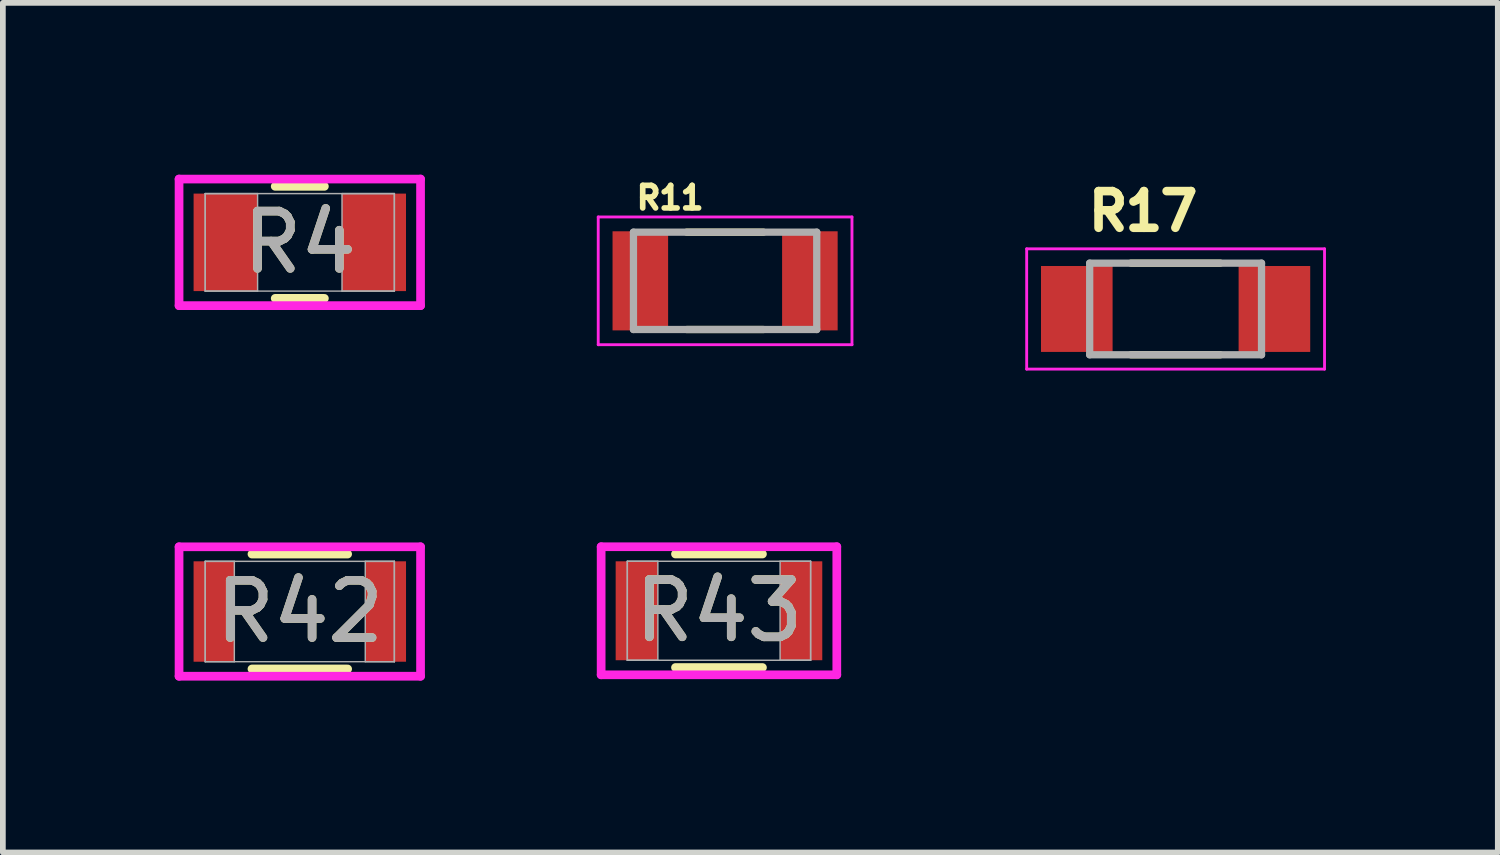
<source format=kicad_pcb>
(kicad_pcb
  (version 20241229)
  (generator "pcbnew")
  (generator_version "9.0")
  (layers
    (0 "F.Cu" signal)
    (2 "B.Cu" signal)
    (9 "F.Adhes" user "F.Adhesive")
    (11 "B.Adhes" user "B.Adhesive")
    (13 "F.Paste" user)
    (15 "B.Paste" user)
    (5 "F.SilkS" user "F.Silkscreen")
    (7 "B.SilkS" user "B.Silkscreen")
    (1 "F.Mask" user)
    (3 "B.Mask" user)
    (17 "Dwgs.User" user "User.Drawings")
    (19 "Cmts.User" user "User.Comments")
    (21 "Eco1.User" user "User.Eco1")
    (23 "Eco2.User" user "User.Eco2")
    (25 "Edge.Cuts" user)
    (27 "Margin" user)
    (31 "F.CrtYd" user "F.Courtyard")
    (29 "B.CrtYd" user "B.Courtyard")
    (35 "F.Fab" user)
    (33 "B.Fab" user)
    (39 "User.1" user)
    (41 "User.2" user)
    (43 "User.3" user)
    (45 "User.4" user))
  (footprint "R4"
    (layer "F.Cu")
    (at 2.184 1.181)
    (property "Reference" "R4" (at 0 0 0) (unlocked yes) (layer "F.SilkS") (effects (font (size 1 1) (thickness 0.15))))
    (attr smd)
    (fp_line (start -0.429 0.978) (end 0.429 0.978) (stroke (width 0.152) (type solid)) (layer "F.SilkS"))
    (fp_line (start 0.429 -0.978) (end -0.429 -0.978) (stroke (width 0.152) (type solid)) (layer "F.SilkS"))
    (fp_line (start -2.108 -1.105) (end 2.108 -1.105) (stroke (width 0.152) (type solid)) (layer "F.CrtYd"))
    (fp_line (start -2.108 1.105) (end -2.108 -1.105) (stroke (width 0.152) (type solid)) (layer "F.CrtYd"))
    (fp_line (start 2.108 -1.105) (end 2.108 1.105) (stroke (width 0.152) (type solid)) (layer "F.CrtYd"))
    (fp_line (start 2.108 1.105) (end -2.108 1.105) (stroke (width 0.152) (type solid)) (layer "F.CrtYd"))
    (fp_line (start -1.651 -0.851) (end -1.651 0.851) (stroke (width 0.025) (type solid)) (layer "F.Fab"))
    (fp_line (start -1.651 -0.851) (end -1.651 0.851) (stroke (width 0.025) (type solid)) (layer "F.Fab"))
    (fp_line (start -1.651 0.851) (end -0.737 0.851) (stroke (width 0.025) (type solid)) (layer "F.Fab"))
    (fp_line (start -1.651 0.851) (end 1.651 0.851) (stroke (width 0.025) (type solid)) (layer "F.Fab"))
    (fp_line (start -0.737 -0.851) (end -1.651 -0.851) (stroke (width 0.025) (type solid)) (layer "F.Fab"))
    (fp_line (start -0.737 0.851) (end -0.737 -0.851) (stroke (width 0.025) (type solid)) (layer "F.Fab"))
    (fp_line (start 0.737 -0.851) (end 0.737 0.851) (stroke (width 0.025) (type solid)) (layer "F.Fab"))
    (fp_line (start 0.737 0.851) (end 1.651 0.851) (stroke (width 0.025) (type solid)) (layer "F.Fab"))
    (fp_line (start 1.651 -0.851) (end -1.651 -0.851) (stroke (width 0.025) (type solid)) (layer "F.Fab"))
    (fp_line (start 1.651 -0.851) (end 0.737 -0.851) (stroke (width 0.025) (type solid)) (layer "F.Fab"))
    (fp_line (start 1.651 0.851) (end 1.651 -0.851) (stroke (width 0.025) (type solid)) (layer "F.Fab"))
    (fp_line (start 1.651 0.851) (end 1.651 -0.851) (stroke (width 0.025) (type solid)) (layer "F.Fab"))
    (fp_text user "${REFERENCE}" (at 0 0 0) (unlocked yes) (layer "F.Fab") (effects (font (size 1 1) (thickness 0.15))))
    (pad "1" smd rect (at -1.295 0) (size 1.118 1.702) (layers "F.Cu" "F.Mask" "F.Paste"))
    (pad "2" smd rect (at 1.295 0) (size 1.118 1.702) (layers "F.Cu" "F.Mask" "F.Paste"))
    (zone (net_name "") (layer "F.Cu") (hatch full 0.508) (connect_pads) (min_thickness 0.254) (filled_areas_thickness no) (keepout (tracks not_allowed) (vias not_allowed) (pads allowed) (copperpour not_allowed) (footprints allowed)) (placement (enabled no)) (fill) (polygon (pts (xy 1.499 0.381) (xy 2.87 0.381) (xy 2.87 1.981) (xy 1.499 1.981)))))
  (footprint "R17"
    (layer "F.Cu")
    (at 17.474 2.344)
    (property "Reference" "R17" (at -0.568 -1.706 0) (layer "F.SilkS") (effects (font (size 0.64 0.64) (thickness 0.15))))
    (attr smd)
    (fp_line (start -0.78 -0.8) (end 0.78 -0.8) (stroke (width 0.127) (type solid)) (layer "F.SilkS"))
    (fp_line (start -0.78 0.8) (end 0.78 0.8) (stroke (width 0.127) (type solid)) (layer "F.SilkS"))
    (fp_line (start -2.6 -1.05) (end -2.6 1.05) (stroke (width 0.05) (type solid)) (layer "F.CrtYd"))
    (fp_line (start -2.6 1.05) (end 2.6 1.05) (stroke (width 0.05) (type solid)) (layer "F.CrtYd"))
    (fp_line (start 2.6 -1.05) (end -2.6 -1.05) (stroke (width 0.05) (type solid)) (layer "F.CrtYd"))
    (fp_line (start 2.6 1.05) (end 2.6 -1.05) (stroke (width 0.05) (type solid)) (layer "F.CrtYd"))
    (fp_line (start -1.5 -0.8) (end -1.5 0.8) (stroke (width 0.127) (type solid)) (layer "F.Fab"))
    (fp_line (start -1.5 -0.8) (end 1.5 -0.8) (stroke (width 0.127) (type solid)) (layer "F.Fab"))
    (fp_line (start -1.5 0.8) (end 1.5 0.8) (stroke (width 0.127) (type solid)) (layer "F.Fab"))
    (fp_line (start 1.5 -0.8) (end 1.5 0.8) (stroke (width 0.127) (type solid)) (layer "F.Fab"))
    (pad "1" smd rect (at -1.725 0) (size 1.25 1.5) (layers "F.Cu" "F.Mask" "F.Paste"))
    (pad "2" smd rect (at 1.725 0) (size 1.25 1.5) (layers "F.Cu" "F.Mask" "F.Paste")))
  (footprint "R42"
    (layer "F.Cu")
    (at 2.184 7.626)
    (property "Reference" "R42" (at 0 0 0) (unlocked yes) (layer "F.SilkS") (effects (font (size 1 1) (thickness 0.15))))
    (attr smd)
    (fp_line (start -0.835 1.003) (end 0.835 1.003) (stroke (width 0.152) (type solid)) (layer "F.SilkS"))
    (fp_line (start 0.835 -1.003) (end -0.835 -1.003) (stroke (width 0.152) (type solid)) (layer "F.SilkS"))
    (fp_line (start -2.108 -1.13) (end 2.108 -1.13) (stroke (width 0.152) (type solid)) (layer "F.CrtYd"))
    (fp_line (start -2.108 1.13) (end -2.108 -1.13) (stroke (width 0.152) (type solid)) (layer "F.CrtYd"))
    (fp_line (start 2.108 -1.13) (end 2.108 1.13) (stroke (width 0.152) (type solid)) (layer "F.CrtYd"))
    (fp_line (start 2.108 1.13) (end -2.108 1.13) (stroke (width 0.152) (type solid)) (layer "F.CrtYd"))
    (fp_line (start -1.651 -0.876) (end -1.651 0.876) (stroke (width 0.025) (type solid)) (layer "F.Fab"))
    (fp_line (start -1.651 -0.876) (end -1.651 0.876) (stroke (width 0.025) (type solid)) (layer "F.Fab"))
    (fp_line (start -1.651 0.876) (end -1.143 0.876) (stroke (width 0.025) (type solid)) (layer "F.Fab"))
    (fp_line (start -1.651 0.876) (end 1.651 0.876) (stroke (width 0.025) (type solid)) (layer "F.Fab"))
    (fp_line (start -1.143 -0.876) (end -1.651 -0.876) (stroke (width 0.025) (type solid)) (layer "F.Fab"))
    (fp_line (start -1.143 0.876) (end -1.143 -0.876) (stroke (width 0.025) (type solid)) (layer "F.Fab"))
    (fp_line (start 1.143 -0.876) (end 1.143 0.876) (stroke (width 0.025) (type solid)) (layer "F.Fab"))
    (fp_line (start 1.143 0.876) (end 1.651 0.876) (stroke (width 0.025) (type solid)) (layer "F.Fab"))
    (fp_line (start 1.651 -0.876) (end -1.651 -0.876) (stroke (width 0.025) (type solid)) (layer "F.Fab"))
    (fp_line (start 1.651 -0.876) (end 1.143 -0.876) (stroke (width 0.025) (type solid)) (layer "F.Fab"))
    (fp_line (start 1.651 0.876) (end 1.651 -0.876) (stroke (width 0.025) (type solid)) (layer "F.Fab"))
    (fp_line (start 1.651 0.876) (end 1.651 -0.876) (stroke (width 0.025) (type solid)) (layer "F.Fab"))
    (fp_text user "${REFERENCE}" (at 0 0 0) (unlocked yes) (layer "F.Fab") (effects (font (size 1 1) (thickness 0.15))))
    (pad "1" smd rect (at -1.499 0) (size 0.711 1.753) (layers "F.Cu" "F.Mask" "F.Paste"))
    (pad "2" smd rect (at 1.499 0) (size 0.711 1.753) (layers "F.Cu" "F.Mask" "F.Paste"))
    (zone (net_name "") (layer "F.Cu") (hatch full 0.508) (connect_pads) (min_thickness 0.254) (filled_areas_thickness no) (keepout (tracks not_allowed) (vias not_allowed) (pads allowed) (copperpour not_allowed) (footprints allowed)) (placement (enabled no)) (fill) (polygon (pts (xy 1.092 6.8) (xy 3.277 6.8) (xy 3.277 8.451) (xy 1.092 8.451)))))
  (footprint "R11"
    (layer "F.Cu")
    (at 9.609 1.853)
    (property "Reference" "R11" (at -0.96 -1.45 0) (layer "F.SilkS") (effects (font (size 0.394 0.394) (thickness 0.15))))
    (attr smd)
    (fp_line (start -0.67 -0.85) (end 0.67 -0.85) (stroke (width 0.127) (type solid)) (layer "F.SilkS"))
    (fp_line (start -0.67 0.85) (end 0.67 0.85) (stroke (width 0.127) (type solid)) (layer "F.SilkS"))
    (fp_line (start -2.215 -1.115) (end 2.215 -1.115) (stroke (width 0.05) (type solid)) (layer "F.CrtYd"))
    (fp_line (start -2.215 1.115) (end -2.215 -1.115) (stroke (width 0.05) (type solid)) (layer "F.CrtYd"))
    (fp_line (start -2.215 1.115) (end 2.215 1.115) (stroke (width 0.05) (type solid)) (layer "F.CrtYd"))
    (fp_line (start 2.215 1.115) (end 2.215 -1.115) (stroke (width 0.05) (type solid)) (layer "F.CrtYd"))
    (fp_line (start -1.6 0.85) (end -1.6 -0.85) (stroke (width 0.127) (type solid)) (layer "F.Fab"))
    (fp_line (start 1.6 -0.85) (end -1.6 -0.85) (stroke (width 0.127) (type solid)) (layer "F.Fab"))
    (fp_line (start 1.6 0.85) (end -1.6 0.85) (stroke (width 0.127) (type solid)) (layer "F.Fab"))
    (fp_line (start 1.6 0.85) (end 1.6 -0.85) (stroke (width 0.127) (type solid)) (layer "F.Fab"))
    (pad "1" smd rect (at -1.48 0) (size 0.97 1.73) (layers "F.Cu" "F.Mask" "F.Paste"))
    (pad "2" smd rect (at 1.48 0) (size 0.97 1.73) (layers "F.Cu" "F.Mask" "F.Paste")))
  (footprint "R43"
    (layer "F.Cu")
    (at 9.502 7.613)
    (property "Reference" "R43" (at 0 0 0) (unlocked yes) (layer "F.SilkS") (effects (font (size 1 1) (thickness 0.15))))
    (attr smd)
    (fp_line (start -0.759 0.991) (end 0.759 0.991) (stroke (width 0.152) (type solid)) (layer "F.SilkS"))
    (fp_line (start 0.759 -0.991) (end -0.759 -0.991) (stroke (width 0.152) (type solid)) (layer "F.SilkS"))
    (fp_line (start -2.057 -1.118) (end 2.057 -1.118) (stroke (width 0.152) (type solid)) (layer "F.CrtYd"))
    (fp_line (start -2.057 1.118) (end -2.057 -1.118) (stroke (width 0.152) (type solid)) (layer "F.CrtYd"))
    (fp_line (start 2.057 -1.118) (end 2.057 1.118) (stroke (width 0.152) (type solid)) (layer "F.CrtYd"))
    (fp_line (start 2.057 1.118) (end -2.057 1.118) (stroke (width 0.152) (type solid)) (layer "F.CrtYd"))
    (fp_line (start -1.6 -0.864) (end -1.6 0.864) (stroke (width 0.025) (type solid)) (layer "F.Fab"))
    (fp_line (start -1.6 -0.864) (end -1.6 0.864) (stroke (width 0.025) (type solid)) (layer "F.Fab"))
    (fp_line (start -1.6 0.864) (end -1.067 0.864) (stroke (width 0.025) (type solid)) (layer "F.Fab"))
    (fp_line (start -1.6 0.864) (end 1.6 0.864) (stroke (width 0.025) (type solid)) (layer "F.Fab"))
    (fp_line (start -1.067 -0.864) (end -1.6 -0.864) (stroke (width 0.025) (type solid)) (layer "F.Fab"))
    (fp_line (start -1.067 0.864) (end -1.067 -0.864) (stroke (width 0.025) (type solid)) (layer "F.Fab"))
    (fp_line (start 1.067 -0.864) (end 1.067 0.864) (stroke (width 0.025) (type solid)) (layer "F.Fab"))
    (fp_line (start 1.067 0.864) (end 1.6 0.864) (stroke (width 0.025) (type solid)) (layer "F.Fab"))
    (fp_line (start 1.6 -0.864) (end -1.6 -0.864) (stroke (width 0.025) (type solid)) (layer "F.Fab"))
    (fp_line (start 1.6 -0.864) (end 1.067 -0.864) (stroke (width 0.025) (type solid)) (layer "F.Fab"))
    (fp_line (start 1.6 0.864) (end 1.6 -0.864) (stroke (width 0.025) (type solid)) (layer "F.Fab"))
    (fp_line (start 1.6 0.864) (end 1.6 -0.864) (stroke (width 0.025) (type solid)) (layer "F.Fab"))
    (fp_text user "${REFERENCE}" (at 0 0 0) (unlocked yes) (layer "F.Fab") (effects (font (size 1 1) (thickness 0.15))))
    (pad "1" smd rect (at -1.435 0) (size 0.737 1.727) (layers "F.Cu" "F.Mask" "F.Paste"))
    (pad "2" smd rect (at 1.435 0) (size 0.737 1.727) (layers "F.Cu" "F.Mask" "F.Paste"))
    (zone (net_name "") (layer "F.Cu") (hatch full 0.508) (connect_pads) (min_thickness 0.254) (filled_areas_thickness no) (keepout (tracks not_allowed) (vias not_allowed) (pads allowed) (copperpour not_allowed) (footprints allowed)) (placement (enabled no)) (fill) (polygon (pts (xy 8.486 6.8) (xy 10.518 6.8) (xy 10.518 8.426) (xy 8.486 8.426)))))
  (gr_rect
    (start -3 -3)
    (end 23.099 11.832)
    (stroke (width 0.1) (type default))
    (fill no)
    (layer "Edge.Cuts")))
</source>
